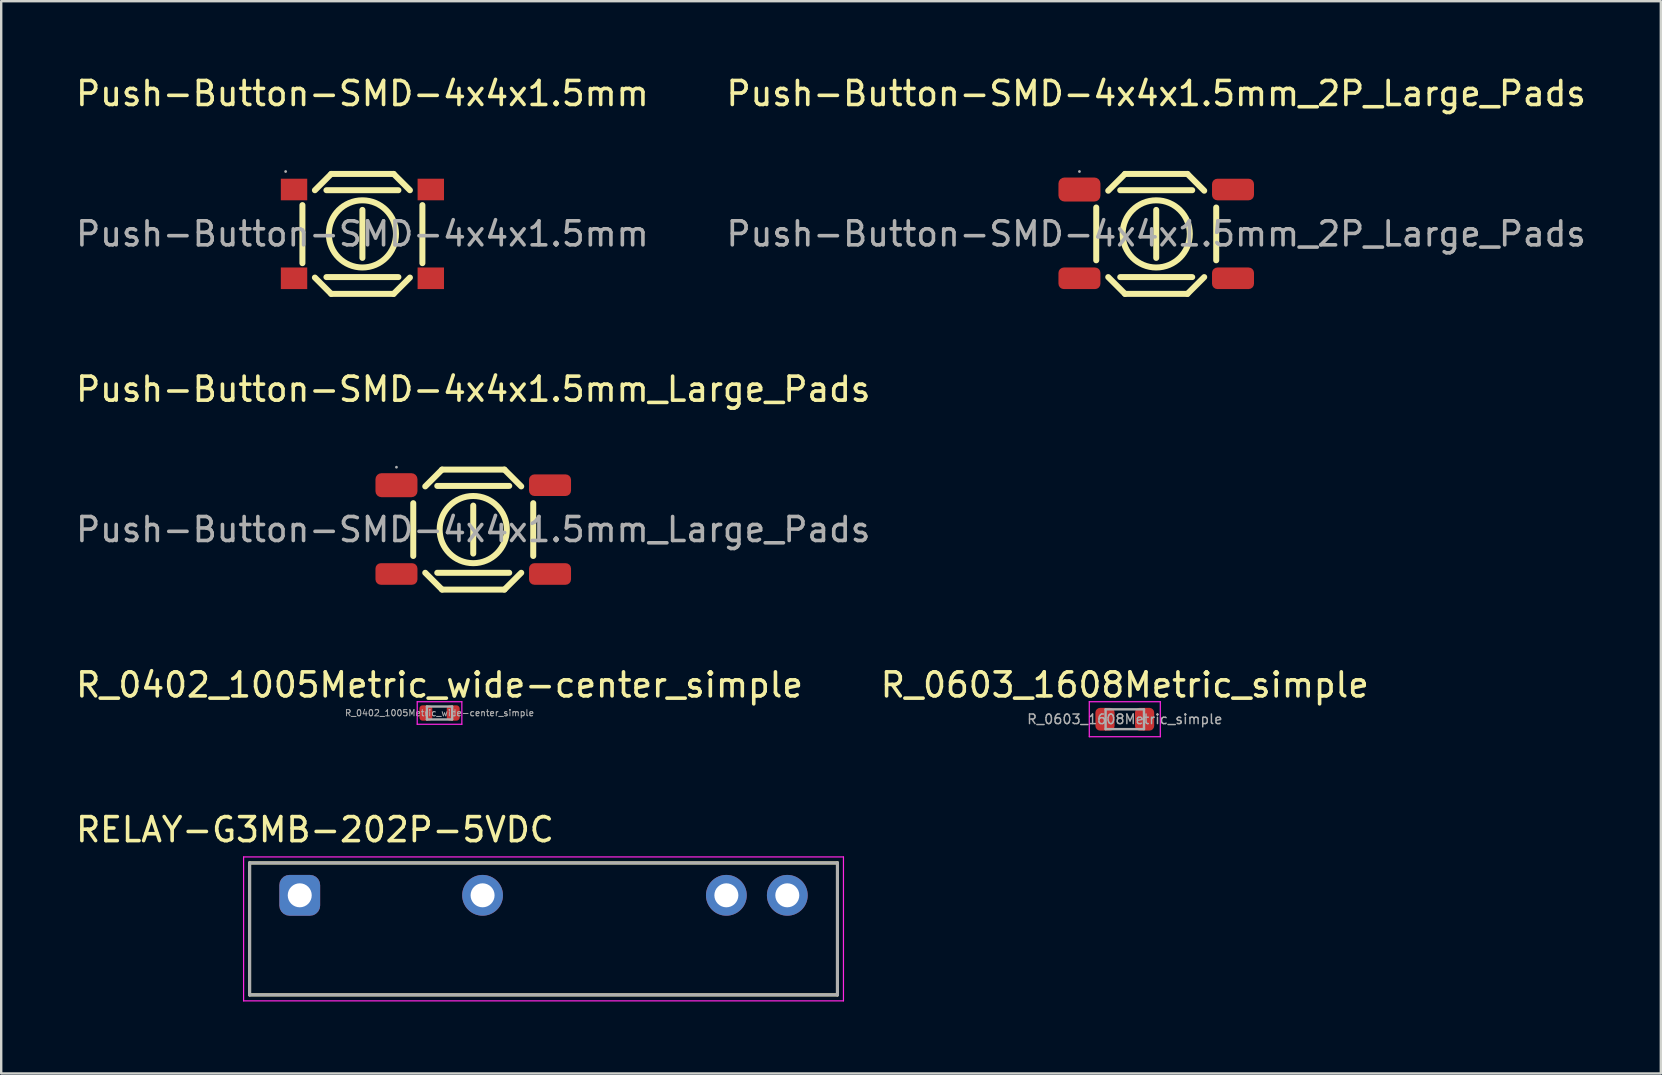
<source format=kicad_pcb>
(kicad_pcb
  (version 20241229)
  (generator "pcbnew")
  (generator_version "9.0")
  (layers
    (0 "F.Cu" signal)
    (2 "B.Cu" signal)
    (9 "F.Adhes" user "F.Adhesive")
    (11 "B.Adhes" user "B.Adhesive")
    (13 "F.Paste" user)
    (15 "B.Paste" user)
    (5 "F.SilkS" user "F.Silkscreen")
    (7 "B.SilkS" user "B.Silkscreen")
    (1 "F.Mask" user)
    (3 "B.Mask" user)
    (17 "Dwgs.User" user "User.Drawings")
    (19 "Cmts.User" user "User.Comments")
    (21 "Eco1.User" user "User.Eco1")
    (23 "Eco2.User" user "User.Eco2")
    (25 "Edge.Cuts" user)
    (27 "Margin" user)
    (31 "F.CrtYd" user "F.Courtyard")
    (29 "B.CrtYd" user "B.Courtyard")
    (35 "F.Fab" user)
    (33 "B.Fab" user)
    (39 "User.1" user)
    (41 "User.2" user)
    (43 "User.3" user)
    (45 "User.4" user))
  (footprint "Push-Button-SMD-4x4x1.5mm"
    (layer "F.Cu")
    (at 12.054 6.698)
    (property "Reference" "Push-Button-SMD-4x4x1.5mm" (at 0 -5.85 0) (layer "F.SilkS") (effects (font (size 1 1) (thickness 0.15))))
    (attr smd)
    (fp_line (start -2.5 -1.2) (end -2.5 1.22) (stroke (width 0.25) (type solid)) (layer "F.SilkS"))
    (fp_line (start -1.98 1.82) (end -1.3 2.5) (stroke (width 0.25) (type solid)) (layer "F.SilkS"))
    (fp_line (start -1.5 -1.82) (end 1.5 -1.82) (stroke (width 0.25) (type default)) (layer "F.SilkS"))
    (fp_line (start -1.5 1.8) (end 1.5 1.8) (stroke (width 0.25) (type default)) (layer "F.SilkS"))
    (fp_line (start -1.3 -2.5) (end -1.98 -1.82) (stroke (width 0.25) (type solid)) (layer "F.SilkS"))
    (fp_line (start -1.3 2.5) (end 1.3 2.5) (stroke (width 0.25) (type solid)) (layer "F.SilkS"))
    (fp_line (start 0 1) (end 0 -1) (stroke (width 0.25) (type default)) (layer "F.SilkS"))
    (fp_line (start 1.3 -2.5) (end -1.3 -2.5) (stroke (width 0.25) (type solid)) (layer "F.SilkS"))
    (fp_line (start 1.3 2.5) (end 1.98 1.82) (stroke (width 0.25) (type solid)) (layer "F.SilkS"))
    (fp_line (start 1.98 -1.82) (end 1.3 -2.5) (stroke (width 0.25) (type solid)) (layer "F.SilkS"))
    (fp_line (start 2.5 -1.2) (end 2.5 1.22) (stroke (width 0.25) (type solid)) (layer "F.SilkS"))
    (fp_circle (center 0 0) (end 1.4 0) (stroke (width 0.25) (type solid)) (fill no) (layer "F.SilkS"))
    (fp_circle (center -3.2 -2.6) (end -3.17 -2.6) (stroke (width 0.06) (type solid)) (fill no) (layer "F.Fab"))
    (fp_text user "${REFERENCE}" (at 0 0 0) (layer "F.Fab") (effects (font (size 1 1) (thickness 0.15))))
    (pad "1" smd rect (at -2.85 -1.85) (size 1.1 0.9) (layers "F.Cu" "F.Mask" "F.Paste"))
    (pad "2" smd rect (at 2.85 -1.85) (size 1.1 0.9) (layers "F.Cu" "F.Mask" "F.Paste"))
    (pad "3" smd rect (at -2.85 1.85) (size 1.1 0.9) (layers "F.Cu" "F.Mask" "F.Paste"))
    (pad "4" smd rect (at 2.85 1.85) (size 1.1 0.9) (layers "F.Cu" "F.Mask" "F.Paste")))
  (footprint "Push-Button-SMD-4x4x1.5mm_Large_Pads"
    (layer "F.Cu")
    (at 16.673 19.021)
    (property "Reference" "Push-Button-SMD-4x4x1.5mm_Large_Pads" (at 0 -5.85 0) (layer "F.SilkS") (effects (font (size 1 1) (thickness 0.15))))
    (attr smd)
    (fp_line (start -2.5 -1.1) (end -2.5 1.1) (stroke (width 0.25) (type solid)) (layer "F.SilkS"))
    (fp_line (start -2 1.8) (end -1.3 2.5) (stroke (width 0.25) (type solid)) (layer "F.SilkS"))
    (fp_line (start -1.5 -1.82) (end 1.5 -1.82) (stroke (width 0.25) (type default)) (layer "F.SilkS"))
    (fp_line (start -1.5 1.8) (end 1.5 1.8) (stroke (width 0.25) (type default)) (layer "F.SilkS"))
    (fp_line (start -1.3 -2.5) (end -2 -1.8) (stroke (width 0.25) (type solid)) (layer "F.SilkS"))
    (fp_line (start -1.3 2.5) (end 1.3 2.5) (stroke (width 0.25) (type solid)) (layer "F.SilkS"))
    (fp_line (start 0 1) (end 0 -1) (stroke (width 0.25) (type default)) (layer "F.SilkS"))
    (fp_line (start 1.3 -2.5) (end -1.3 -2.5) (stroke (width 0.25) (type solid)) (layer "F.SilkS"))
    (fp_line (start 1.3 2.5) (end 2 1.8) (stroke (width 0.25) (type solid)) (layer "F.SilkS"))
    (fp_line (start 2 -1.8) (end 1.3 -2.5) (stroke (width 0.25) (type solid)) (layer "F.SilkS"))
    (fp_line (start 2.5 -1.1) (end 2.5 1.1) (stroke (width 0.25) (type solid)) (layer "F.SilkS"))
    (fp_circle (center 0 0) (end 1.4 0) (stroke (width 0.25) (type solid)) (fill no) (layer "F.SilkS"))
    (fp_circle (center -3.2 -2.6) (end -3.17 -2.6) (stroke (width 0.06) (type solid)) (fill no) (layer "F.Fab"))
    (fp_text user "${REFERENCE}" (at 0 0 0) (layer "F.Fab") (effects (font (size 1 1) (thickness 0.15))))
    (pad "1" smd roundrect (at -3.2 -1.85) (size 1.75 1) (layers "F.Cu" "F.Mask" "F.Paste") (roundrect_rratio 0.25))
    (pad "2" smd roundrect (at 3.2 -1.85) (size 1.75 0.9) (layers "F.Cu" "F.Mask" "F.Paste") (roundrect_rratio 0.25))
    (pad "3" smd roundrect (at -3.2 1.85) (size 1.75 0.9) (layers "F.Cu" "F.Mask" "F.Paste") (roundrect_rratio 0.25))
    (pad "4" smd roundrect (at 3.2 1.85) (size 1.75 0.9) (layers "F.Cu" "F.Mask" "F.Paste") (roundrect_rratio 0.25)))
  (footprint "R_0402_1005Metric_wide-center_simple"
    (layer "F.Cu")
    (at 15.268 26.665)
    (property "Reference" "R_0402_1005Metric_wide-center_simple" (at 0 -1.17 0) (layer "F.SilkS") (effects (font (size 1 1) (thickness 0.15))))
    (attr smd)
    (fp_line (start -0.93 -0.47) (end 0.93 -0.47) (stroke (width 0.05) (type solid)) (layer "F.CrtYd"))
    (fp_line (start -0.93 0.47) (end -0.93 -0.47) (stroke (width 0.05) (type solid)) (layer "F.CrtYd"))
    (fp_line (start 0.93 -0.47) (end 0.93 0.47) (stroke (width 0.05) (type solid)) (layer "F.CrtYd"))
    (fp_line (start 0.93 0.47) (end -0.93 0.47) (stroke (width 0.05) (type solid)) (layer "F.CrtYd"))
    (fp_line (start -0.525 -0.27) (end 0.525 -0.27) (stroke (width 0.1) (type solid)) (layer "F.Fab"))
    (fp_line (start -0.525 0.27) (end -0.525 -0.27) (stroke (width 0.1) (type solid)) (layer "F.Fab"))
    (fp_line (start 0.525 -0.27) (end 0.525 0.27) (stroke (width 0.1) (type solid)) (layer "F.Fab"))
    (fp_line (start 0.525 0.27) (end -0.525 0.27) (stroke (width 0.1) (type solid)) (layer "F.Fab"))
    (fp_text user "${REFERENCE}" (at 0 0 0) (layer "F.Fab") (effects (font (size 0.26 0.26) (thickness 0.04))))
    (pad "1" smd roundrect (at -0.57 0) (size 0.54 0.64) (layers "F.Cu" "F.Mask" "F.Paste") (roundrect_rratio 0.25))
    (pad "2" smd roundrect (at 0.57 0) (size 0.54 0.64) (layers "F.Cu" "F.Mask" "F.Paste") (roundrect_rratio 0.25)))
  (footprint "RELAY-G3MB-202P-5VDC"
    (layer "F.Cu")
    (at 19.602 35.663)
    (property "Reference" "RELAY-G3MB-202P-5VDC" (at -9.525 -4.135 0) (layer "F.SilkS") (effects (font (size 1 1) (thickness 0.15))))
    (attr through_hole)
    (fp_line (start -12.25 -2.75) (end -12.25 2.75) (stroke (width 0.127) (type solid)) (layer "F.SilkS"))
    (fp_line (start -12.25 2.75) (end 12.25 2.75) (stroke (width 0.127) (type solid)) (layer "F.SilkS"))
    (fp_line (start 12.25 -2.75) (end -12.25 -2.75) (stroke (width 0.127) (type solid)) (layer "F.SilkS"))
    (fp_line (start 12.25 2.75) (end 12.25 -2.75) (stroke (width 0.127) (type solid)) (layer "F.SilkS"))
    (fp_line (start -12.5 -3) (end 12.5 -3) (stroke (width 0.05) (type solid)) (layer "F.CrtYd"))
    (fp_line (start -12.5 3) (end -12.5 -3) (stroke (width 0.05) (type solid)) (layer "F.CrtYd"))
    (fp_line (start 12.5 -3) (end 12.5 3) (stroke (width 0.05) (type solid)) (layer "F.CrtYd"))
    (fp_line (start 12.5 3) (end -12.5 3) (stroke (width 0.05) (type solid)) (layer "F.CrtYd"))
    (fp_line (start -12.25 -2.75) (end -12.25 2.75) (stroke (width 0.127) (type solid)) (layer "F.Fab"))
    (fp_line (start -12.25 2.75) (end 12.25 2.75) (stroke (width 0.127) (type solid)) (layer "F.Fab"))
    (fp_line (start 12.25 -2.75) (end -12.25 -2.75) (stroke (width 0.127) (type solid)) (layer "F.Fab"))
    (fp_line (start 12.25 2.75) (end 12.25 -2.75) (stroke (width 0.127) (type solid)) (layer "F.Fab"))
    (pad "1" thru_hole roundrect (at -10.16 -1.4) (size 1.7 1.7) (drill 1) (layers "*.Cu" "*.Mask") (roundrect_rratio 0.25))
    (pad "2" thru_hole circle (at -2.54 -1.4) (size 1.7 1.7) (drill 1) (layers "*.Cu" "*.Mask"))
    (pad "3" thru_hole circle (at 7.62 -1.4) (size 1.7 1.7) (drill 1) (layers "*.Cu" "*.Mask"))
    (pad "4" thru_hole circle (at 10.16 -1.4) (size 1.7 1.7) (drill 1) (layers "*.Cu" "*.Mask")))
  (footprint "Push-Button-SMD-4x4x1.5mm_2P_Large_Pads"
    (layer "F.Cu")
    (at 45.137 6.698)
    (property "Reference" "Push-Button-SMD-4x4x1.5mm_2P_Large_Pads" (at 0 -5.85 0) (layer "F.SilkS") (effects (font (size 1 1) (thickness 0.15))))
    (attr smd)
    (fp_line (start -2.5 -1.1) (end -2.5 1.1) (stroke (width 0.25) (type solid)) (layer "F.SilkS"))
    (fp_line (start -2 1.8) (end -1.3 2.5) (stroke (width 0.25) (type solid)) (layer "F.SilkS"))
    (fp_line (start -1.5 -1.82) (end 1.5 -1.82) (stroke (width 0.25) (type default)) (layer "F.SilkS"))
    (fp_line (start -1.5 1.8) (end 1.5 1.8) (stroke (width 0.25) (type default)) (layer "F.SilkS"))
    (fp_line (start -1.3 -2.5) (end -2 -1.8) (stroke (width 0.25) (type solid)) (layer "F.SilkS"))
    (fp_line (start -1.3 2.5) (end 1.3 2.5) (stroke (width 0.25) (type solid)) (layer "F.SilkS"))
    (fp_line (start 0 1) (end 0 -1) (stroke (width 0.25) (type default)) (layer "F.SilkS"))
    (fp_line (start 1.3 -2.5) (end -1.3 -2.5) (stroke (width 0.25) (type solid)) (layer "F.SilkS"))
    (fp_line (start 1.3 2.5) (end 2 1.8) (stroke (width 0.25) (type solid)) (layer "F.SilkS"))
    (fp_line (start 2 -1.8) (end 1.3 -2.5) (stroke (width 0.25) (type solid)) (layer "F.SilkS"))
    (fp_line (start 2.5 -1.1) (end 2.5 1.1) (stroke (width 0.25) (type solid)) (layer "F.SilkS"))
    (fp_circle (center 0 0) (end 1.4 0) (stroke (width 0.25) (type solid)) (fill no) (layer "F.SilkS"))
    (fp_circle (center -3.2 -2.6) (end -3.17 -2.6) (stroke (width 0.06) (type solid)) (fill no) (layer "F.Fab"))
    (fp_text user "${REFERENCE}" (at 0 0 0) (layer "F.Fab") (effects (font (size 1 1) (thickness 0.15))))
    (pad "1" smd roundrect (at -3.2 -1.85) (size 1.75 1) (layers "F.Cu" "F.Mask" "F.Paste") (roundrect_rratio 0.25))
    (pad "1" smd roundrect (at 3.2 -1.85) (size 1.75 0.9) (layers "F.Cu" "F.Mask" "F.Paste") (roundrect_rratio 0.25))
    (pad "2" smd roundrect (at -3.2 1.85) (size 1.75 0.9) (layers "F.Cu" "F.Mask" "F.Paste") (roundrect_rratio 0.25))
    (pad "2" smd roundrect (at 3.2 1.85) (size 1.75 0.9) (layers "F.Cu" "F.Mask" "F.Paste") (roundrect_rratio 0.25)))
  (footprint "R_0603_1608Metric_simple"
    (layer "F.Cu")
    (at 43.827 26.925)
    (property "Reference" "R_0603_1608Metric_simple" (at 0 -1.43 0) (layer "F.SilkS") (effects (font (size 1 1) (thickness 0.15))))
    (attr smd)
    (fp_line (start -1.48 -0.73) (end 1.48 -0.73) (stroke (width 0.05) (type solid)) (layer "F.CrtYd"))
    (fp_line (start -1.48 0.73) (end -1.48 -0.73) (stroke (width 0.05) (type solid)) (layer "F.CrtYd"))
    (fp_line (start 1.48 -0.73) (end 1.48 0.73) (stroke (width 0.05) (type solid)) (layer "F.CrtYd"))
    (fp_line (start 1.48 0.73) (end -1.48 0.73) (stroke (width 0.05) (type solid)) (layer "F.CrtYd"))
    (fp_line (start -0.8 -0.412) (end 0.8 -0.412) (stroke (width 0.1) (type solid)) (layer "F.Fab"))
    (fp_line (start -0.8 0.412) (end -0.8 -0.412) (stroke (width 0.1) (type solid)) (layer "F.Fab"))
    (fp_line (start 0.8 -0.412) (end 0.8 0.412) (stroke (width 0.1) (type solid)) (layer "F.Fab"))
    (fp_line (start 0.8 0.412) (end -0.8 0.412) (stroke (width 0.1) (type solid)) (layer "F.Fab"))
    (fp_text user "${REFERENCE}" (at 0 0 0) (layer "F.Fab") (effects (font (size 0.4 0.4) (thickness 0.06))))
    (pad "1" smd roundrect (at -0.825 0) (size 0.8 0.95) (layers "F.Cu" "F.Mask" "F.Paste") (roundrect_rratio 0.25))
    (pad "2" smd roundrect (at 0.825 0) (size 0.8 0.95) (layers "F.Cu" "F.Mask" "F.Paste") (roundrect_rratio 0.25)))
  (gr_rect
    (start -3 -3)
    (end 66.167 41.688)
    (stroke (width 0.1) (type default))
    (fill no)
    (layer "Edge.Cuts")))
</source>
